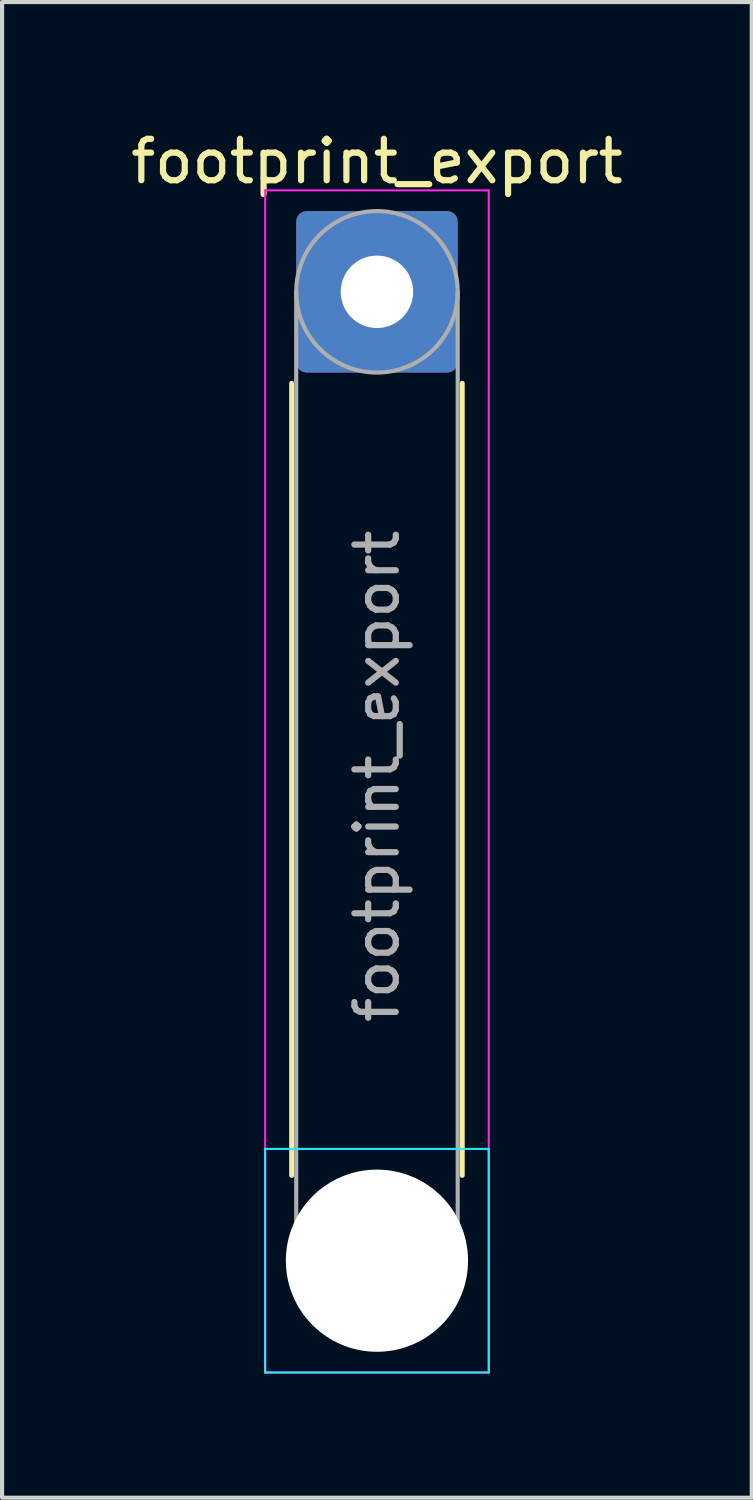
<source format=kicad_pcb>
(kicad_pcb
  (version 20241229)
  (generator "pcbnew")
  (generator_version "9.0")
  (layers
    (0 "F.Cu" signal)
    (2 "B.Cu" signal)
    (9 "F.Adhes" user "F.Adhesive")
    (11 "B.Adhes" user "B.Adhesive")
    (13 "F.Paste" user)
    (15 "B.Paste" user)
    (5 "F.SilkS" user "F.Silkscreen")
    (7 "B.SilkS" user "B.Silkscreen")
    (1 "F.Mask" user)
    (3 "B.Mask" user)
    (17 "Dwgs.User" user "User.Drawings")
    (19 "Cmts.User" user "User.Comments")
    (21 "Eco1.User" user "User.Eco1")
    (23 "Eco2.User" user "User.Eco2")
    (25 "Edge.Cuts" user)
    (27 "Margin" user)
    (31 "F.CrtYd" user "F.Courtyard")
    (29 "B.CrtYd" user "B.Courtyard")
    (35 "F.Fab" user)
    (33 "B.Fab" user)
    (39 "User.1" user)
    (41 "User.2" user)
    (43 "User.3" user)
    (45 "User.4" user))
  (footprint "footprint_export"
    (layer "F.Cu")
    (at 6.054 3.998)
    (property "Reference" "footprint_export" (at 0 -3.15 0) (layer "F.SilkS") (effects (font (size 1 1) (thickness 0.15))))
    (attr exclude_from_pos_files exclude_from_bom)
    (fp_line (start -2.06 2.21) (end -2.06 21.34) (stroke (width 0.12) (type solid)) (layer "F.SilkS"))
    (fp_line (start 2.06 2.21) (end 2.06 21.34) (stroke (width 0.12) (type solid)) (layer "F.SilkS"))
    (fp_line (start -2.7 20.7) (end -2.7 26.1) (stroke (width 0.05) (type solid)) (layer "B.CrtYd"))
    (fp_line (start -2.7 26.1) (end 2.7 26.1) (stroke (width 0.05) (type solid)) (layer "B.CrtYd"))
    (fp_line (start 2.7 20.7) (end -2.7 20.7) (stroke (width 0.05) (type solid)) (layer "B.CrtYd"))
    (fp_line (start 2.7 26.1) (end 2.7 20.7) (stroke (width 0.05) (type solid)) (layer "B.CrtYd"))
    (fp_line (start -2.7 -2.45) (end -2.7 26.1) (stroke (width 0.05) (type solid)) (layer "F.CrtYd"))
    (fp_line (start -2.7 26.1) (end 2.7 26.1) (stroke (width 0.05) (type solid)) (layer "F.CrtYd"))
    (fp_line (start 2.7 -2.45) (end -2.7 -2.45) (stroke (width 0.05) (type solid)) (layer "F.CrtYd"))
    (fp_line (start 2.7 26.1) (end 2.7 -2.45) (stroke (width 0.05) (type solid)) (layer "F.CrtYd"))
    (fp_line (start -1.95 0) (end -1.95 23.4) (stroke (width 0.1) (type solid)) (layer "F.Fab"))
    (fp_line (start 1.95 0) (end 1.95 23.4) (stroke (width 0.1) (type solid)) (layer "F.Fab"))
    (fp_circle (center 0 0) (end 1.95 0) (stroke (width 0.1) (type solid)) (fill no) (layer "F.Fab"))
    (fp_circle (center 0 23.4) (end 1.95 23.4) (stroke (width 0.1) (type solid)) (fill no) (layer "F.Fab"))
    (fp_text user "${REFERENCE}" (at 0 11.7 90) (layer "F.Fab") (effects (font (size 1 1) (thickness 0.15))))
    (pad "" np_thru_hole circle (at 0 23.4) (size 4.4 4.4) (drill 4.4) (layers "*.Cu" "*.Mask"))
    (pad "1" thru_hole roundrect (at 0 0) (size 3.9 3.9) (drill 1.75) (layers "*.Cu" "*.Mask") (roundrect_rratio 0.064)))
  (gr_rect
    (start -3 -3)
    (end 15.107 33.123)
    (stroke (width 0.1) (type default))
    (fill no)
    (layer "Edge.Cuts")))
</source>
